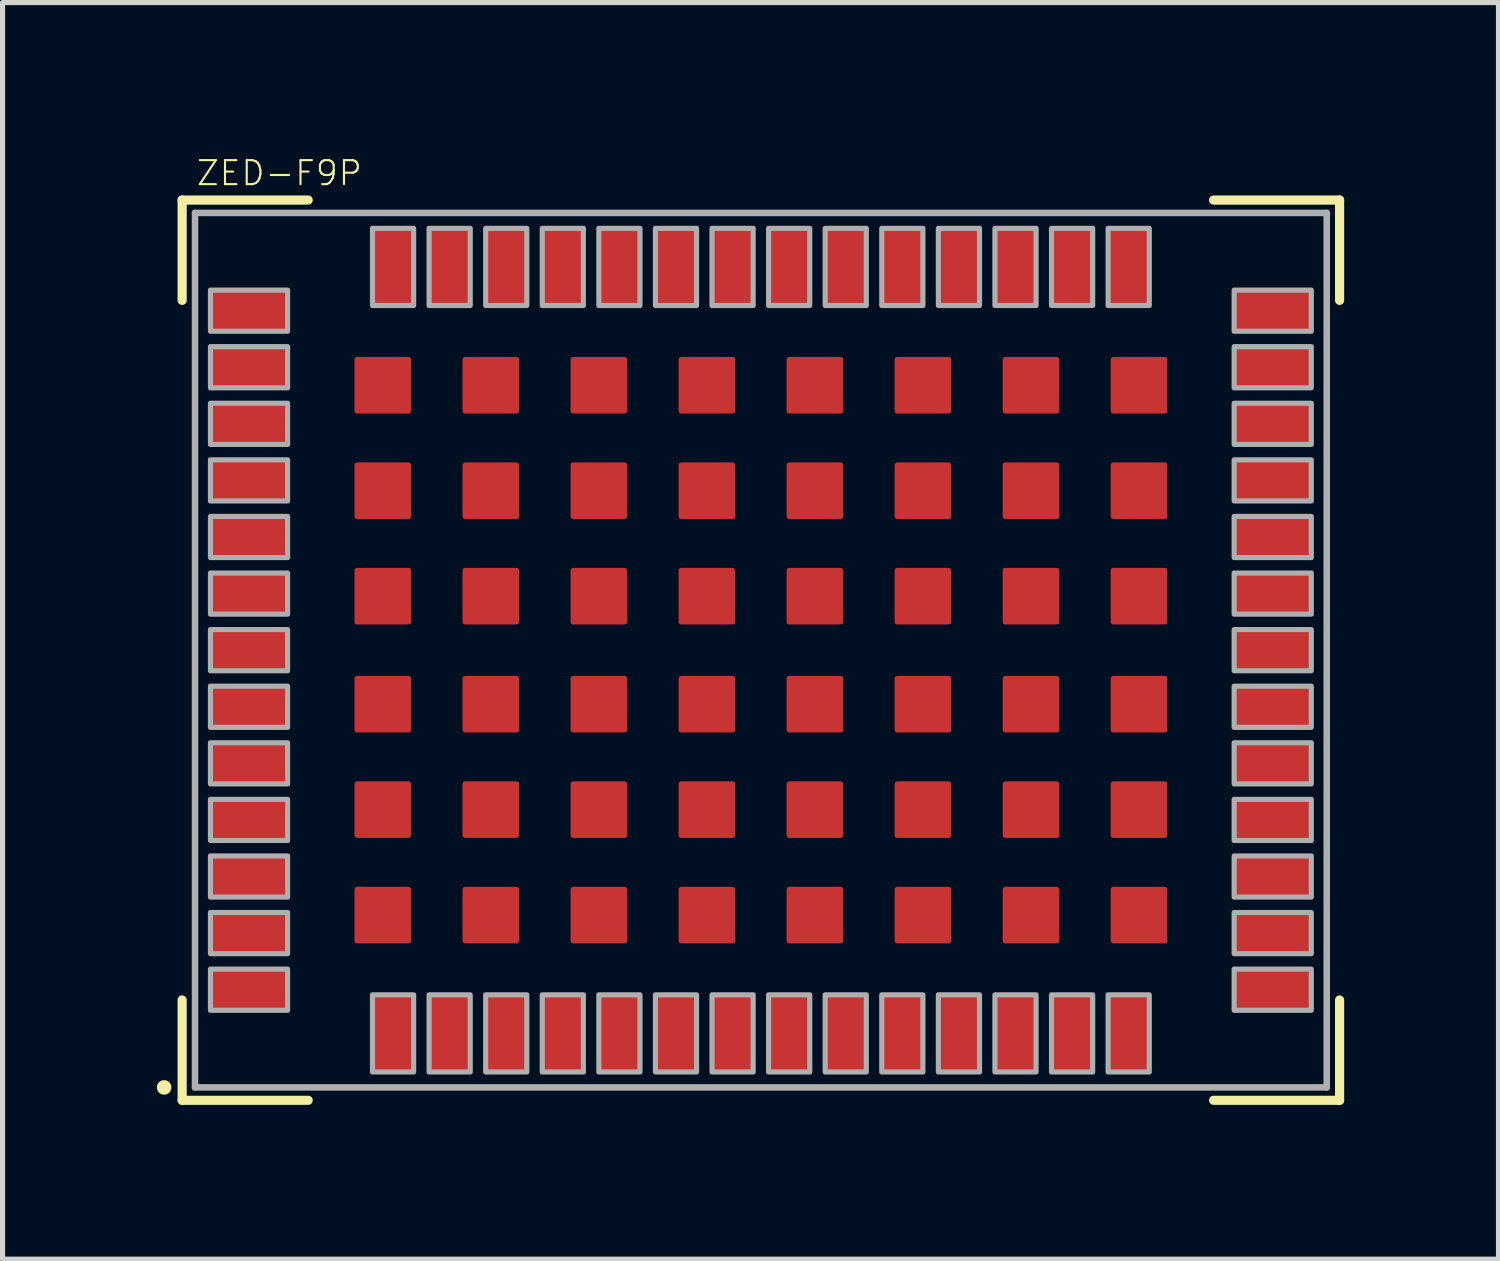
<source format=kicad_pcb>
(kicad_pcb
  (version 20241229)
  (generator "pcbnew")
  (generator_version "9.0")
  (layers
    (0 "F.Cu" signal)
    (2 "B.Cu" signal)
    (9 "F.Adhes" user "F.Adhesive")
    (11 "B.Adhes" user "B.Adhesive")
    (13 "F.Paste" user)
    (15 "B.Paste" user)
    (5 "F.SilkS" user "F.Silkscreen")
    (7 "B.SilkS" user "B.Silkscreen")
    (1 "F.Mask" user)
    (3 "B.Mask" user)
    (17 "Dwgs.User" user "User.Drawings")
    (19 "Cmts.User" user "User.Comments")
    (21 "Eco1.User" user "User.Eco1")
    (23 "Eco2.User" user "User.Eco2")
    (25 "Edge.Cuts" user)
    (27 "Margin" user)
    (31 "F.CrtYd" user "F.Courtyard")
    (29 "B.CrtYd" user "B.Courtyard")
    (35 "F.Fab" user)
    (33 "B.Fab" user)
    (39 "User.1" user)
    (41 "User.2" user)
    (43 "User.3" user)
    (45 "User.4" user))
  (footprint "ZED-F9P"
    (layer "F.Cu")
    (at 11.741 9.589)
    (property "Reference" "ZED-F9P" (at -11 -9 0) (unlocked yes) (layer "F.SilkS") (effects (font (size 0.467 0.467) (thickness 0.041)) (justify left bottom)))
    (fp_line (start -11.25 -8.75) (end -8.8 -8.75) (stroke (width 0.178) (type solid)) (layer "F.SilkS"))
    (fp_line (start -11.25 -6.8) (end -11.25 -8.75) (stroke (width 0.178) (type solid)) (layer "F.SilkS"))
    (fp_line (start -11.25 8.75) (end -11.25 6.8) (stroke (width 0.178) (type solid)) (layer "F.SilkS"))
    (fp_line (start -8.8 8.75) (end -11.25 8.75) (stroke (width 0.178) (type solid)) (layer "F.SilkS"))
    (fp_line (start 8.8 -8.75) (end 11.25 -8.75) (stroke (width 0.178) (type solid)) (layer "F.SilkS"))
    (fp_line (start 11.25 -8.75) (end 11.25 -6.8) (stroke (width 0.178) (type solid)) (layer "F.SilkS"))
    (fp_line (start 11.25 6.8) (end 11.25 8.75) (stroke (width 0.178) (type solid)) (layer "F.SilkS"))
    (fp_line (start 11.25 8.75) (end 8.8 8.75) (stroke (width 0.178) (type solid)) (layer "F.SilkS"))
    (fp_circle (center -11.6 8.5) (end -11.529 8.5) (stroke (width 0.141) (type solid)) (fill yes) (layer "F.SilkS"))
    (fp_poly (pts (xy -7.8 -4.7) (xy -6.9 -4.7) (xy -6.9 -5.6) (xy -7.8 -5.6)) (stroke (width 0) (type default)) (fill yes) (layer "F.Paste"))
    (fp_poly (pts (xy -7.8 -2.65) (xy -6.9 -2.65) (xy -6.9 -3.55) (xy -7.8 -3.55)) (stroke (width 0) (type default)) (fill yes) (layer "F.Paste"))
    (fp_poly (pts (xy -7.8 -0.6) (xy -6.9 -0.6) (xy -6.9 -1.5) (xy -7.8 -1.5)) (stroke (width 0) (type default)) (fill yes) (layer "F.Paste"))
    (fp_poly (pts (xy -7.8 1.5) (xy -6.9 1.5) (xy -6.9 0.6) (xy -7.8 0.6)) (stroke (width 0) (type default)) (fill yes) (layer "F.Paste"))
    (fp_poly (pts (xy -7.8 3.55) (xy -6.9 3.55) (xy -6.9 2.65) (xy -7.8 2.65)) (stroke (width 0) (type default)) (fill yes) (layer "F.Paste"))
    (fp_poly (pts (xy -7.8 5.6) (xy -6.9 5.6) (xy -6.9 4.7) (xy -7.8 4.7)) (stroke (width 0) (type default)) (fill yes) (layer "F.Paste"))
    (fp_poly (pts (xy -5.7 -4.7) (xy -4.8 -4.7) (xy -4.8 -5.6) (xy -5.7 -5.6)) (stroke (width 0) (type default)) (fill yes) (layer "F.Paste"))
    (fp_poly (pts (xy -5.7 -2.65) (xy -4.8 -2.65) (xy -4.8 -3.55) (xy -5.7 -3.55)) (stroke (width 0) (type default)) (fill yes) (layer "F.Paste"))
    (fp_poly (pts (xy -5.7 -0.6) (xy -4.8 -0.6) (xy -4.8 -1.5) (xy -5.7 -1.5)) (stroke (width 0) (type default)) (fill yes) (layer "F.Paste"))
    (fp_poly (pts (xy -5.7 1.5) (xy -4.8 1.5) (xy -4.8 0.6) (xy -5.7 0.6)) (stroke (width 0) (type default)) (fill yes) (layer "F.Paste"))
    (fp_poly (pts (xy -5.7 3.55) (xy -4.8 3.55) (xy -4.8 2.65) (xy -5.7 2.65)) (stroke (width 0) (type default)) (fill yes) (layer "F.Paste"))
    (fp_poly (pts (xy -5.7 5.6) (xy -4.8 5.6) (xy -4.8 4.7) (xy -5.7 4.7)) (stroke (width 0) (type default)) (fill yes) (layer "F.Paste"))
    (fp_poly (pts (xy -3.6 -4.7) (xy -2.7 -4.7) (xy -2.7 -5.6) (xy -3.6 -5.6)) (stroke (width 0) (type default)) (fill yes) (layer "F.Paste"))
    (fp_poly (pts (xy -3.6 -2.65) (xy -2.7 -2.65) (xy -2.7 -3.55) (xy -3.6 -3.55)) (stroke (width 0) (type default)) (fill yes) (layer "F.Paste"))
    (fp_poly (pts (xy -3.6 -0.6) (xy -2.7 -0.6) (xy -2.7 -1.5) (xy -3.6 -1.5)) (stroke (width 0) (type default)) (fill yes) (layer "F.Paste"))
    (fp_poly (pts (xy -3.6 1.5) (xy -2.7 1.5) (xy -2.7 0.6) (xy -3.6 0.6)) (stroke (width 0) (type default)) (fill yes) (layer "F.Paste"))
    (fp_poly (pts (xy -3.6 3.55) (xy -2.7 3.55) (xy -2.7 2.65) (xy -3.6 2.65)) (stroke (width 0) (type default)) (fill yes) (layer "F.Paste"))
    (fp_poly (pts (xy -3.6 5.6) (xy -2.7 5.6) (xy -2.7 4.7) (xy -3.6 4.7)) (stroke (width 0) (type default)) (fill yes) (layer "F.Paste"))
    (fp_poly (pts (xy -1.5 -4.7) (xy -0.6 -4.7) (xy -0.6 -5.6) (xy -1.5 -5.6)) (stroke (width 0) (type default)) (fill yes) (layer "F.Paste"))
    (fp_poly (pts (xy -1.5 -2.65) (xy -0.6 -2.65) (xy -0.6 -3.55) (xy -1.5 -3.55)) (stroke (width 0) (type default)) (fill yes) (layer "F.Paste"))
    (fp_poly (pts (xy -1.5 -0.6) (xy -0.6 -0.6) (xy -0.6 -1.5) (xy -1.5 -1.5)) (stroke (width 0) (type default)) (fill yes) (layer "F.Paste"))
    (fp_poly (pts (xy -1.5 1.5) (xy -0.6 1.5) (xy -0.6 0.6) (xy -1.5 0.6)) (stroke (width 0) (type default)) (fill yes) (layer "F.Paste"))
    (fp_poly (pts (xy -1.5 3.55) (xy -0.6 3.55) (xy -0.6 2.65) (xy -1.5 2.65)) (stroke (width 0) (type default)) (fill yes) (layer "F.Paste"))
    (fp_poly (pts (xy -1.5 5.6) (xy -0.6 5.6) (xy -0.6 4.7) (xy -1.5 4.7)) (stroke (width 0) (type default)) (fill yes) (layer "F.Paste"))
    (fp_poly (pts (xy 0.6 -4.7) (xy 1.5 -4.7) (xy 1.5 -5.6) (xy 0.6 -5.6)) (stroke (width 0) (type default)) (fill yes) (layer "F.Paste"))
    (fp_poly (pts (xy 0.6 -2.65) (xy 1.5 -2.65) (xy 1.5 -3.55) (xy 0.6 -3.55)) (stroke (width 0) (type default)) (fill yes) (layer "F.Paste"))
    (fp_poly (pts (xy 0.6 -0.6) (xy 1.5 -0.6) (xy 1.5 -1.5) (xy 0.6 -1.5)) (stroke (width 0) (type default)) (fill yes) (layer "F.Paste"))
    (fp_poly (pts (xy 0.6 1.5) (xy 1.5 1.5) (xy 1.5 0.6) (xy 0.6 0.6)) (stroke (width 0) (type default)) (fill yes) (layer "F.Paste"))
    (fp_poly (pts (xy 0.6 3.55) (xy 1.5 3.55) (xy 1.5 2.65) (xy 0.6 2.65)) (stroke (width 0) (type default)) (fill yes) (layer "F.Paste"))
    (fp_poly (pts (xy 0.6 5.6) (xy 1.5 5.6) (xy 1.5 4.7) (xy 0.6 4.7)) (stroke (width 0) (type default)) (fill yes) (layer "F.Paste"))
    (fp_poly (pts (xy 2.7 -4.7) (xy 3.6 -4.7) (xy 3.6 -5.6) (xy 2.7 -5.6)) (stroke (width 0) (type default)) (fill yes) (layer "F.Paste"))
    (fp_poly (pts (xy 2.7 -2.65) (xy 3.6 -2.65) (xy 3.6 -3.55) (xy 2.7 -3.55)) (stroke (width 0) (type default)) (fill yes) (layer "F.Paste"))
    (fp_poly (pts (xy 2.7 -0.6) (xy 3.6 -0.6) (xy 3.6 -1.5) (xy 2.7 -1.5)) (stroke (width 0) (type default)) (fill yes) (layer "F.Paste"))
    (fp_poly (pts (xy 2.7 1.5) (xy 3.6 1.5) (xy 3.6 0.6) (xy 2.7 0.6)) (stroke (width 0) (type default)) (fill yes) (layer "F.Paste"))
    (fp_poly (pts (xy 2.7 3.55) (xy 3.6 3.55) (xy 3.6 2.65) (xy 2.7 2.65)) (stroke (width 0) (type default)) (fill yes) (layer "F.Paste"))
    (fp_poly (pts (xy 2.7 5.6) (xy 3.6 5.6) (xy 3.6 4.7) (xy 2.7 4.7)) (stroke (width 0) (type default)) (fill yes) (layer "F.Paste"))
    (fp_poly (pts (xy 4.8 -4.7) (xy 5.7 -4.7) (xy 5.7 -5.6) (xy 4.8 -5.6)) (stroke (width 0) (type default)) (fill yes) (layer "F.Paste"))
    (fp_poly (pts (xy 4.8 -2.65) (xy 5.7 -2.65) (xy 5.7 -3.55) (xy 4.8 -3.55)) (stroke (width 0) (type default)) (fill yes) (layer "F.Paste"))
    (fp_poly (pts (xy 4.8 -0.6) (xy 5.7 -0.6) (xy 5.7 -1.5) (xy 4.8 -1.5)) (stroke (width 0) (type default)) (fill yes) (layer "F.Paste"))
    (fp_poly (pts (xy 4.8 1.5) (xy 5.7 1.5) (xy 5.7 0.6) (xy 4.8 0.6)) (stroke (width 0) (type default)) (fill yes) (layer "F.Paste"))
    (fp_poly (pts (xy 4.8 3.55) (xy 5.7 3.55) (xy 5.7 2.65) (xy 4.8 2.65)) (stroke (width 0) (type default)) (fill yes) (layer "F.Paste"))
    (fp_poly (pts (xy 4.8 5.6) (xy 5.7 5.6) (xy 5.7 4.7) (xy 4.8 4.7)) (stroke (width 0) (type default)) (fill yes) (layer "F.Paste"))
    (fp_poly (pts (xy 6.9 -4.7) (xy 7.8 -4.7) (xy 7.8 -5.6) (xy 6.9 -5.6)) (stroke (width 0) (type default)) (fill yes) (layer "F.Paste"))
    (fp_poly (pts (xy 6.9 -2.65) (xy 7.8 -2.65) (xy 7.8 -3.55) (xy 6.9 -3.55)) (stroke (width 0) (type default)) (fill yes) (layer "F.Paste"))
    (fp_poly (pts (xy 6.9 -0.6) (xy 7.8 -0.6) (xy 7.8 -1.5) (xy 6.9 -1.5)) (stroke (width 0) (type default)) (fill yes) (layer "F.Paste"))
    (fp_poly (pts (xy 6.9 1.5) (xy 7.8 1.5) (xy 7.8 0.6) (xy 6.9 0.6)) (stroke (width 0) (type default)) (fill yes) (layer "F.Paste"))
    (fp_poly (pts (xy 6.9 3.55) (xy 7.8 3.55) (xy 7.8 2.65) (xy 6.9 2.65)) (stroke (width 0) (type default)) (fill yes) (layer "F.Paste"))
    (fp_poly (pts (xy 6.9 5.6) (xy 7.8 5.6) (xy 7.8 4.7) (xy 6.9 4.7)) (stroke (width 0) (type default)) (fill yes) (layer "F.Paste"))
    (fp_line (start -11 -8.5) (end 11 -8.5) (stroke (width 0.127) (type solid)) (layer "F.Fab"))
    (fp_line (start -11 8.5) (end -11 -8.5) (stroke (width 0.127) (type solid)) (layer "F.Fab"))
    (fp_line (start 11 -8.5) (end 11 8.5) (stroke (width 0.127) (type solid)) (layer "F.Fab"))
    (fp_line (start 11 8.5) (end -11 8.5) (stroke (width 0.127) (type solid)) (layer "F.Fab"))
    (fp_poly (pts (xy -10.7 -6.2) (xy -9.2 -6.2) (xy -9.2 -7) (xy -10.7 -7)) (stroke (width 0.1) (type default)) (fill no) (layer "F.Fab"))
    (fp_poly (pts (xy -10.7 -5.1) (xy -9.2 -5.1) (xy -9.2 -5.9) (xy -10.7 -5.9)) (stroke (width 0.1) (type default)) (fill no) (layer "F.Fab"))
    (fp_poly (pts (xy -10.7 -4) (xy -9.2 -4) (xy -9.2 -4.8) (xy -10.7 -4.8)) (stroke (width 0.1) (type default)) (fill no) (layer "F.Fab"))
    (fp_poly (pts (xy -10.7 -2.9) (xy -9.2 -2.9) (xy -9.2 -3.7) (xy -10.7 -3.7)) (stroke (width 0.1) (type default)) (fill no) (layer "F.Fab"))
    (fp_poly (pts (xy -10.7 -1.8) (xy -9.2 -1.8) (xy -9.2 -2.6) (xy -10.7 -2.6)) (stroke (width 0.1) (type default)) (fill no) (layer "F.Fab"))
    (fp_poly (pts (xy -10.7 -0.7) (xy -9.2 -0.7) (xy -9.2 -1.5) (xy -10.7 -1.5)) (stroke (width 0.1) (type default)) (fill no) (layer "F.Fab"))
    (fp_poly (pts (xy -10.7 0.4) (xy -9.2 0.4) (xy -9.2 -0.4) (xy -10.7 -0.4)) (stroke (width 0.1) (type default)) (fill no) (layer "F.Fab"))
    (fp_poly (pts (xy -10.7 1.5) (xy -9.2 1.5) (xy -9.2 0.7) (xy -10.7 0.7)) (stroke (width 0.1) (type default)) (fill no) (layer "F.Fab"))
    (fp_poly (pts (xy -10.7 2.6) (xy -9.2 2.6) (xy -9.2 1.8) (xy -10.7 1.8)) (stroke (width 0.1) (type default)) (fill no) (layer "F.Fab"))
    (fp_poly (pts (xy -10.7 3.7) (xy -9.2 3.7) (xy -9.2 2.9) (xy -10.7 2.9)) (stroke (width 0.1) (type default)) (fill no) (layer "F.Fab"))
    (fp_poly (pts (xy -10.7 4.8) (xy -9.2 4.8) (xy -9.2 4) (xy -10.7 4)) (stroke (width 0.1) (type default)) (fill no) (layer "F.Fab"))
    (fp_poly (pts (xy -10.7 5.9) (xy -9.2 5.9) (xy -9.2 5.1) (xy -10.7 5.1)) (stroke (width 0.1) (type default)) (fill no) (layer "F.Fab"))
    (fp_poly (pts (xy -10.7 7) (xy -9.2 7) (xy -9.2 6.2) (xy -10.7 6.2)) (stroke (width 0.1) (type default)) (fill no) (layer "F.Fab"))
    (fp_poly (pts (xy -7.55 -6.7) (xy -6.75 -6.7) (xy -6.75 -8.2) (xy -7.55 -8.2)) (stroke (width 0.1) (type default)) (fill no) (layer "F.Fab"))
    (fp_poly (pts (xy -7.55 8.2) (xy -6.75 8.2) (xy -6.75 6.7) (xy -7.55 6.7)) (stroke (width 0.1) (type default)) (fill no) (layer "F.Fab"))
    (fp_poly (pts (xy -6.45 -6.7) (xy -5.65 -6.7) (xy -5.65 -8.2) (xy -6.45 -8.2)) (stroke (width 0.1) (type default)) (fill no) (layer "F.Fab"))
    (fp_poly (pts (xy -6.45 8.2) (xy -5.65 8.2) (xy -5.65 6.7) (xy -6.45 6.7)) (stroke (width 0.1) (type default)) (fill no) (layer "F.Fab"))
    (fp_poly (pts (xy -5.35 -6.7) (xy -4.55 -6.7) (xy -4.55 -8.2) (xy -5.35 -8.2)) (stroke (width 0.1) (type default)) (fill no) (layer "F.Fab"))
    (fp_poly (pts (xy -5.35 8.2) (xy -4.55 8.2) (xy -4.55 6.7) (xy -5.35 6.7)) (stroke (width 0.1) (type default)) (fill no) (layer "F.Fab"))
    (fp_poly (pts (xy -4.25 -6.7) (xy -3.45 -6.7) (xy -3.45 -8.2) (xy -4.25 -8.2)) (stroke (width 0.1) (type default)) (fill no) (layer "F.Fab"))
    (fp_poly (pts (xy -4.25 8.2) (xy -3.45 8.2) (xy -3.45 6.7) (xy -4.25 6.7)) (stroke (width 0.1) (type default)) (fill no) (layer "F.Fab"))
    (fp_poly (pts (xy -3.15 -6.7) (xy -2.35 -6.7) (xy -2.35 -8.2) (xy -3.15 -8.2)) (stroke (width 0.1) (type default)) (fill no) (layer "F.Fab"))
    (fp_poly (pts (xy -3.15 8.2) (xy -2.35 8.2) (xy -2.35 6.7) (xy -3.15 6.7)) (stroke (width 0.1) (type default)) (fill no) (layer "F.Fab"))
    (fp_poly (pts (xy -2.05 -6.7) (xy -1.25 -6.7) (xy -1.25 -8.2) (xy -2.05 -8.2)) (stroke (width 0.1) (type default)) (fill no) (layer "F.Fab"))
    (fp_poly (pts (xy -2.05 8.2) (xy -1.25 8.2) (xy -1.25 6.7) (xy -2.05 6.7)) (stroke (width 0.1) (type default)) (fill no) (layer "F.Fab"))
    (fp_poly (pts (xy -0.95 -6.7) (xy -0.15 -6.7) (xy -0.15 -8.2) (xy -0.95 -8.2)) (stroke (width 0.1) (type default)) (fill no) (layer "F.Fab"))
    (fp_poly (pts (xy -0.95 8.2) (xy -0.15 8.2) (xy -0.15 6.7) (xy -0.95 6.7)) (stroke (width 0.1) (type default)) (fill no) (layer "F.Fab"))
    (fp_poly (pts (xy 0.15 -6.7) (xy 0.95 -6.7) (xy 0.95 -8.2) (xy 0.15 -8.2)) (stroke (width 0.1) (type default)) (fill no) (layer "F.Fab"))
    (fp_poly (pts (xy 0.15 8.2) (xy 0.95 8.2) (xy 0.95 6.7) (xy 0.15 6.7)) (stroke (width 0.1) (type default)) (fill no) (layer "F.Fab"))
    (fp_poly (pts (xy 1.25 -6.7) (xy 2.05 -6.7) (xy 2.05 -8.2) (xy 1.25 -8.2)) (stroke (width 0.1) (type default)) (fill no) (layer "F.Fab"))
    (fp_poly (pts (xy 1.25 8.2) (xy 2.05 8.2) (xy 2.05 6.7) (xy 1.25 6.7)) (stroke (width 0.1) (type default)) (fill no) (layer "F.Fab"))
    (fp_poly (pts (xy 2.35 -6.7) (xy 3.15 -6.7) (xy 3.15 -8.2) (xy 2.35 -8.2)) (stroke (width 0.1) (type default)) (fill no) (layer "F.Fab"))
    (fp_poly (pts (xy 2.35 8.2) (xy 3.15 8.2) (xy 3.15 6.7) (xy 2.35 6.7)) (stroke (width 0.1) (type default)) (fill no) (layer "F.Fab"))
    (fp_poly (pts (xy 3.45 -6.7) (xy 4.25 -6.7) (xy 4.25 -8.2) (xy 3.45 -8.2)) (stroke (width 0.1) (type default)) (fill no) (layer "F.Fab"))
    (fp_poly (pts (xy 3.45 8.2) (xy 4.25 8.2) (xy 4.25 6.7) (xy 3.45 6.7)) (stroke (width 0.1) (type default)) (fill no) (layer "F.Fab"))
    (fp_poly (pts (xy 4.55 -6.7) (xy 5.35 -6.7) (xy 5.35 -8.2) (xy 4.55 -8.2)) (stroke (width 0.1) (type default)) (fill no) (layer "F.Fab"))
    (fp_poly (pts (xy 4.55 8.2) (xy 5.35 8.2) (xy 5.35 6.7) (xy 4.55 6.7)) (stroke (width 0.1) (type default)) (fill no) (layer "F.Fab"))
    (fp_poly (pts (xy 5.65 -6.7) (xy 6.45 -6.7) (xy 6.45 -8.2) (xy 5.65 -8.2)) (stroke (width 0.1) (type default)) (fill no) (layer "F.Fab"))
    (fp_poly (pts (xy 5.65 8.2) (xy 6.45 8.2) (xy 6.45 6.7) (xy 5.65 6.7)) (stroke (width 0.1) (type default)) (fill no) (layer "F.Fab"))
    (fp_poly (pts (xy 6.75 -6.7) (xy 7.55 -6.7) (xy 7.55 -8.2) (xy 6.75 -8.2)) (stroke (width 0.1) (type default)) (fill no) (layer "F.Fab"))
    (fp_poly (pts (xy 6.75 8.2) (xy 7.55 8.2) (xy 7.55 6.7) (xy 6.75 6.7)) (stroke (width 0.1) (type default)) (fill no) (layer "F.Fab"))
    (fp_poly (pts (xy 9.2 -6.2) (xy 10.7 -6.2) (xy 10.7 -7) (xy 9.2 -7)) (stroke (width 0.1) (type default)) (fill no) (layer "F.Fab"))
    (fp_poly (pts (xy 9.2 -5.1) (xy 10.7 -5.1) (xy 10.7 -5.9) (xy 9.2 -5.9)) (stroke (width 0.1) (type default)) (fill no) (layer "F.Fab"))
    (fp_poly (pts (xy 9.2 -4) (xy 10.7 -4) (xy 10.7 -4.8) (xy 9.2 -4.8)) (stroke (width 0.1) (type default)) (fill no) (layer "F.Fab"))
    (fp_poly (pts (xy 9.2 -2.9) (xy 10.7 -2.9) (xy 10.7 -3.7) (xy 9.2 -3.7)) (stroke (width 0.1) (type default)) (fill no) (layer "F.Fab"))
    (fp_poly (pts (xy 9.2 -1.8) (xy 10.7 -1.8) (xy 10.7 -2.6) (xy 9.2 -2.6)) (stroke (width 0.1) (type default)) (fill no) (layer "F.Fab"))
    (fp_poly (pts (xy 9.2 -0.7) (xy 10.7 -0.7) (xy 10.7 -1.5) (xy 9.2 -1.5)) (stroke (width 0.1) (type default)) (fill no) (layer "F.Fab"))
    (fp_poly (pts (xy 9.2 0.4) (xy 10.7 0.4) (xy 10.7 -0.4) (xy 9.2 -0.4)) (stroke (width 0.1) (type default)) (fill no) (layer "F.Fab"))
    (fp_poly (pts (xy 9.2 1.5) (xy 10.7 1.5) (xy 10.7 0.7) (xy 9.2 0.7)) (stroke (width 0.1) (type default)) (fill no) (layer "F.Fab"))
    (fp_poly (pts (xy 9.2 2.6) (xy 10.7 2.6) (xy 10.7 1.8) (xy 9.2 1.8)) (stroke (width 0.1) (type default)) (fill no) (layer "F.Fab"))
    (fp_poly (pts (xy 9.2 3.7) (xy 10.7 3.7) (xy 10.7 2.9) (xy 9.2 2.9)) (stroke (width 0.1) (type default)) (fill no) (layer "F.Fab"))
    (fp_poly (pts (xy 9.2 4.8) (xy 10.7 4.8) (xy 10.7 4) (xy 9.2 4)) (stroke (width 0.1) (type default)) (fill no) (layer "F.Fab"))
    (fp_poly (pts (xy 9.2 5.9) (xy 10.7 5.9) (xy 10.7 5.1) (xy 9.2 5.1)) (stroke (width 0.1) (type default)) (fill no) (layer "F.Fab"))
    (fp_poly (pts (xy 9.2 7) (xy 10.7 7) (xy 10.7 6.2) (xy 9.2 6.2)) (stroke (width 0.1) (type default)) (fill no) (layer "F.Fab"))
    (pad "1" smd roundrect (at -7.15 7.45 90) (size 1.52 0.85) (layers "F.Cu" "F.Mask" "F.Paste") (roundrect_rratio 0.06))
    (pad "2" smd roundrect (at -6.05 7.45 90) (size 1.52 0.85) (layers "F.Cu" "F.Mask" "F.Paste") (roundrect_rratio 0.06))
    (pad "3" smd roundrect (at -4.95 7.45 90) (size 1.52 0.85) (layers "F.Cu" "F.Mask" "F.Paste") (roundrect_rratio 0.06))
    (pad "4" smd roundrect (at -3.85 7.45 90) (size 1.52 0.85) (layers "F.Cu" "F.Mask" "F.Paste") (roundrect_rratio 0.06))
    (pad "5" smd roundrect (at -2.75 7.45 90) (size 1.52 0.85) (layers "F.Cu" "F.Mask" "F.Paste") (roundrect_rratio 0.06))
    (pad "6" smd roundrect (at -1.65 7.45 90) (size 1.52 0.85) (layers "F.Cu" "F.Mask" "F.Paste") (roundrect_rratio 0.06))
    (pad "7" smd roundrect (at -0.55 7.45 90) (size 1.52 0.85) (layers "F.Cu" "F.Mask" "F.Paste") (roundrect_rratio 0.06))
    (pad "8" smd roundrect (at 0.55 7.45 90) (size 1.52 0.85) (layers "F.Cu" "F.Mask" "F.Paste") (roundrect_rratio 0.06))
    (pad "9" smd roundrect (at 1.65 7.45 90) (size 1.52 0.85) (layers "F.Cu" "F.Mask" "F.Paste") (roundrect_rratio 0.06))
    (pad "10" smd roundrect (at 2.75 7.45 90) (size 1.52 0.85) (layers "F.Cu" "F.Mask" "F.Paste") (roundrect_rratio 0.06))
    (pad "11" smd roundrect (at 3.85 7.45 90) (size 1.52 0.85) (layers "F.Cu" "F.Mask" "F.Paste") (roundrect_rratio 0.06))
    (pad "12" smd roundrect (at 4.95 7.45 90) (size 1.52 0.85) (layers "F.Cu" "F.Mask" "F.Paste") (roundrect_rratio 0.06))
    (pad "13" smd roundrect (at 6.05 7.45 90) (size 1.52 0.85) (layers "F.Cu" "F.Mask" "F.Paste") (roundrect_rratio 0.06))
    (pad "14" smd roundrect (at 7.15 7.45 90) (size 1.52 0.85) (layers "F.Cu" "F.Mask" "F.Paste") (roundrect_rratio 0.06))
    (pad "15" smd roundrect (at 9.95 6.6) (size 1.52 0.85) (layers "F.Cu" "F.Mask" "F.Paste") (roundrect_rratio 0.06))
    (pad "16" smd roundrect (at 9.95 5.5) (size 1.52 0.85) (layers "F.Cu" "F.Mask" "F.Paste") (roundrect_rratio 0.06))
    (pad "17" smd roundrect (at 9.95 4.4) (size 1.52 0.85) (layers "F.Cu" "F.Mask" "F.Paste") (roundrect_rratio 0.06))
    (pad "18" smd roundrect (at 9.95 3.3) (size 1.52 0.85) (layers "F.Cu" "F.Mask" "F.Paste") (roundrect_rratio 0.06))
    (pad "19" smd roundrect (at 9.95 2.2) (size 1.52 0.85) (layers "F.Cu" "F.Mask" "F.Paste") (roundrect_rratio 0.06))
    (pad "20" smd roundrect (at 9.95 1.1) (size 1.52 0.85) (layers "F.Cu" "F.Mask" "F.Paste") (roundrect_rratio 0.06))
    (pad "21" smd roundrect (at 9.95 0) (size 1.52 0.85) (layers "F.Cu" "F.Mask" "F.Paste") (roundrect_rratio 0.06))
    (pad "22" smd roundrect (at 9.95 -1.1) (size 1.52 0.85) (layers "F.Cu" "F.Mask" "F.Paste") (roundrect_rratio 0.06))
    (pad "23" smd roundrect (at 9.95 -2.2) (size 1.52 0.85) (layers "F.Cu" "F.Mask" "F.Paste") (roundrect_rratio 0.06))
    (pad "24" smd roundrect (at 9.95 -3.3) (size 1.52 0.85) (layers "F.Cu" "F.Mask" "F.Paste") (roundrect_rratio 0.06))
    (pad "25" smd roundrect (at 9.95 -4.4) (size 1.52 0.85) (layers "F.Cu" "F.Mask" "F.Paste") (roundrect_rratio 0.06))
    (pad "26" smd roundrect (at 9.95 -5.5) (size 1.52 0.85) (layers "F.Cu" "F.Mask" "F.Paste") (roundrect_rratio 0.06))
    (pad "27" smd roundrect (at 9.95 -6.6) (size 1.52 0.85) (layers "F.Cu" "F.Mask" "F.Paste") (roundrect_rratio 0.06))
    (pad "28" smd roundrect (at 7.15 -7.45 270) (size 1.52 0.85) (layers "F.Cu" "F.Mask" "F.Paste") (roundrect_rratio 0.06))
    (pad "29" smd roundrect (at 6.05 -7.45 270) (size 1.52 0.85) (layers "F.Cu" "F.Mask" "F.Paste") (roundrect_rratio 0.06))
    (pad "30" smd roundrect (at 4.95 -7.45 270) (size 1.52 0.85) (layers "F.Cu" "F.Mask" "F.Paste") (roundrect_rratio 0.06))
    (pad "31" smd roundrect (at 3.85 -7.45 270) (size 1.52 0.85) (layers "F.Cu" "F.Mask" "F.Paste") (roundrect_rratio 0.06))
    (pad "32" smd roundrect (at 2.75 -7.45 270) (size 1.52 0.85) (layers "F.Cu" "F.Mask" "F.Paste") (roundrect_rratio 0.06))
    (pad "33" smd roundrect (at 1.65 -7.45 270) (size 1.52 0.85) (layers "F.Cu" "F.Mask" "F.Paste") (roundrect_rratio 0.06))
    (pad "34" smd roundrect (at 0.55 -7.45 270) (size 1.52 0.85) (layers "F.Cu" "F.Mask" "F.Paste") (roundrect_rratio 0.06))
    (pad "35" smd roundrect (at -0.55 -7.45 270) (size 1.52 0.85) (layers "F.Cu" "F.Mask" "F.Paste") (roundrect_rratio 0.06))
    (pad "36" smd roundrect (at -1.65 -7.45 270) (size 1.52 0.85) (layers "F.Cu" "F.Mask" "F.Paste") (roundrect_rratio 0.06))
    (pad "37" smd roundrect (at -2.75 -7.45 270) (size 1.52 0.85) (layers "F.Cu" "F.Mask" "F.Paste") (roundrect_rratio 0.06))
    (pad "38" smd roundrect (at -3.85 -7.45 270) (size 1.52 0.85) (layers "F.Cu" "F.Mask" "F.Paste") (roundrect_rratio 0.06))
    (pad "39" smd roundrect (at -4.95 -7.45 270) (size 1.52 0.85) (layers "F.Cu" "F.Mask" "F.Paste") (roundrect_rratio 0.06))
    (pad "40" smd roundrect (at -6.05 -7.45 270) (size 1.52 0.85) (layers "F.Cu" "F.Mask" "F.Paste") (roundrect_rratio 0.06))
    (pad "41" smd roundrect (at -7.15 -7.45 270) (size 1.52 0.85) (layers "F.Cu" "F.Mask" "F.Paste") (roundrect_rratio 0.06))
    (pad "42" smd roundrect (at -9.95 -6.6 180) (size 1.52 0.85) (layers "F.Cu" "F.Mask" "F.Paste") (roundrect_rratio 0.06))
    (pad "43" smd roundrect (at -9.95 -5.5 180) (size 1.52 0.85) (layers "F.Cu" "F.Mask" "F.Paste") (roundrect_rratio 0.06))
    (pad "44" smd roundrect (at -9.95 -4.4 180) (size 1.52 0.85) (layers "F.Cu" "F.Mask" "F.Paste") (roundrect_rratio 0.06))
    (pad "45" smd roundrect (at -9.95 -3.3 180) (size 1.52 0.85) (layers "F.Cu" "F.Mask" "F.Paste") (roundrect_rratio 0.06))
    (pad "46" smd roundrect (at -9.95 -2.2 180) (size 1.52 0.85) (layers "F.Cu" "F.Mask" "F.Paste") (roundrect_rratio 0.06))
    (pad "47" smd roundrect (at -9.95 -1.1 180) (size 1.52 0.85) (layers "F.Cu" "F.Mask" "F.Paste") (roundrect_rratio 0.06))
    (pad "48" smd roundrect (at -9.95 0 180) (size 1.52 0.85) (layers "F.Cu" "F.Mask" "F.Paste") (roundrect_rratio 0.06))
    (pad "49" smd roundrect (at -9.95 1.1 180) (size 1.52 0.85) (layers "F.Cu" "F.Mask" "F.Paste") (roundrect_rratio 0.06))
    (pad "50" smd roundrect (at -9.95 2.2 180) (size 1.52 0.85) (layers "F.Cu" "F.Mask" "F.Paste") (roundrect_rratio 0.06))
    (pad "51" smd roundrect (at -9.95 3.3 180) (size 1.52 0.85) (layers "F.Cu" "F.Mask" "F.Paste") (roundrect_rratio 0.06))
    (pad "52" smd roundrect (at -9.95 4.4 180) (size 1.52 0.85) (layers "F.Cu" "F.Mask" "F.Paste") (roundrect_rratio 0.06))
    (pad "53" smd roundrect (at -9.95 5.5 180) (size 1.52 0.85) (layers "F.Cu" "F.Mask" "F.Paste") (roundrect_rratio 0.06))
    (pad "54" smd roundrect (at -9.95 6.6 180) (size 1.52 0.85) (layers "F.Cu" "F.Mask" "F.Paste") (roundrect_rratio 0.06))
    (pad "55" smd roundrect (at -1.05 1.05) (size 1.1 1.1) (layers "F.Cu" "F.Mask") (roundrect_rratio 0.046))
    (pad "56" smd roundrect (at -3.15 1.05) (size 1.1 1.1) (layers "F.Cu" "F.Mask") (roundrect_rratio 0.046))
    (pad "57" smd roundrect (at -5.25 1.05) (size 1.1 1.1) (layers "F.Cu" "F.Mask") (roundrect_rratio 0.046))
    (pad "58" smd roundrect (at -7.35 1.05) (size 1.1 1.1) (layers "F.Cu" "F.Mask") (roundrect_rratio 0.046))
    (pad "59" smd roundrect (at -1.05 3.1) (size 1.1 1.1) (layers "F.Cu" "F.Mask") (roundrect_rratio 0.046))
    (pad "60" smd roundrect (at -3.15 3.1) (size 1.1 1.1) (layers "F.Cu" "F.Mask") (roundrect_rratio 0.046))
    (pad "61" smd roundrect (at -5.25 3.1) (size 1.1 1.1) (layers "F.Cu" "F.Mask") (roundrect_rratio 0.046))
    (pad "62" smd roundrect (at -7.35 3.1) (size 1.1 1.1) (layers "F.Cu" "F.Mask") (roundrect_rratio 0.046))
    (pad "63" smd roundrect (at -1.05 5.15) (size 1.1 1.1) (layers "F.Cu" "F.Mask") (roundrect_rratio 0.046))
    (pad "64" smd roundrect (at -3.15 5.15) (size 1.1 1.1) (layers "F.Cu" "F.Mask") (roundrect_rratio 0.046))
    (pad "65" smd roundrect (at -5.25 5.15) (size 1.1 1.1) (layers "F.Cu" "F.Mask") (roundrect_rratio 0.046))
    (pad "66" smd roundrect (at -7.35 5.15) (size 1.1 1.1) (layers "F.Cu" "F.Mask") (roundrect_rratio 0.046))
    (pad "67" smd roundrect (at -1.05 -5.15) (size 1.1 1.1) (layers "F.Cu" "F.Mask") (roundrect_rratio 0.046))
    (pad "68" smd roundrect (at -3.15 -5.15) (size 1.1 1.1) (layers "F.Cu" "F.Mask") (roundrect_rratio 0.046))
    (pad "69" smd roundrect (at -5.25 -5.15) (size 1.1 1.1) (layers "F.Cu" "F.Mask") (roundrect_rratio 0.046))
    (pad "70" smd roundrect (at -7.35 -5.15) (size 1.1 1.1) (layers "F.Cu" "F.Mask") (roundrect_rratio 0.046))
    (pad "71" smd roundrect (at -1.05 -3.1) (size 1.1 1.1) (layers "F.Cu" "F.Mask") (roundrect_rratio 0.046))
    (pad "72" smd roundrect (at -3.15 -3.1) (size 1.1 1.1) (layers "F.Cu" "F.Mask") (roundrect_rratio 0.046))
    (pad "73" smd roundrect (at -5.25 -3.1) (size 1.1 1.1) (layers "F.Cu" "F.Mask") (roundrect_rratio 0.046))
    (pad "74" smd roundrect (at -7.35 -3.1) (size 1.1 1.1) (layers "F.Cu" "F.Mask") (roundrect_rratio 0.046))
    (pad "75" smd roundrect (at -1.05 -1.05) (size 1.1 1.1) (layers "F.Cu" "F.Mask") (roundrect_rratio 0.046))
    (pad "76" smd roundrect (at -3.15 -1.05) (size 1.1 1.1) (layers "F.Cu" "F.Mask") (roundrect_rratio 0.046))
    (pad "77" smd roundrect (at -5.25 -1.05) (size 1.1 1.1) (layers "F.Cu" "F.Mask") (roundrect_rratio 0.046))
    (pad "78" smd roundrect (at -7.35 -1.05) (size 1.1 1.1) (layers "F.Cu" "F.Mask") (roundrect_rratio 0.046))
    (pad "79" smd roundrect (at 1.05 -1.05 180) (size 1.1 1.1) (layers "F.Cu" "F.Mask") (roundrect_rratio 0.046))
    (pad "80" smd roundrect (at 3.15 -1.05 180) (size 1.1 1.1) (layers "F.Cu" "F.Mask") (roundrect_rratio 0.046))
    (pad "81" smd roundrect (at 5.25 -1.05 180) (size 1.1 1.1) (layers "F.Cu" "F.Mask") (roundrect_rratio 0.046))
    (pad "82" smd roundrect (at 7.35 -1.05 180) (size 1.1 1.1) (layers "F.Cu" "F.Mask") (roundrect_rratio 0.046))
    (pad "83" smd roundrect (at 1.05 -3.1 180) (size 1.1 1.1) (layers "F.Cu" "F.Mask") (roundrect_rratio 0.046))
    (pad "84" smd roundrect (at 3.15 -3.1 180) (size 1.1 1.1) (layers "F.Cu" "F.Mask") (roundrect_rratio 0.046))
    (pad "85" smd roundrect (at 5.25 -3.1 180) (size 1.1 1.1) (layers "F.Cu" "F.Mask") (roundrect_rratio 0.046))
    (pad "86" smd roundrect (at 7.35 -3.1 180) (size 1.1 1.1) (layers "F.Cu" "F.Mask") (roundrect_rratio 0.046))
    (pad "87" smd roundrect (at 1.05 -5.15 180) (size 1.1 1.1) (layers "F.Cu" "F.Mask") (roundrect_rratio 0.046))
    (pad "88" smd roundrect (at 3.15 -5.15 180) (size 1.1 1.1) (layers "F.Cu" "F.Mask") (roundrect_rratio 0.046))
    (pad "89" smd roundrect (at 5.25 -5.15 180) (size 1.1 1.1) (layers "F.Cu" "F.Mask") (roundrect_rratio 0.046))
    (pad "90" smd roundrect (at 7.35 -5.15 180) (size 1.1 1.1) (layers "F.Cu" "F.Mask") (roundrect_rratio 0.046))
    (pad "91" smd roundrect (at 1.05 5.15 180) (size 1.1 1.1) (layers "F.Cu" "F.Mask") (roundrect_rratio 0.046))
    (pad "92" smd roundrect (at 3.15 5.15 180) (size 1.1 1.1) (layers "F.Cu" "F.Mask") (roundrect_rratio 0.046))
    (pad "93" smd roundrect (at 5.25 5.15 180) (size 1.1 1.1) (layers "F.Cu" "F.Mask") (roundrect_rratio 0.046))
    (pad "94" smd roundrect (at 7.35 5.15 180) (size 1.1 1.1) (layers "F.Cu" "F.Mask") (roundrect_rratio 0.046))
    (pad "95" smd roundrect (at 1.05 3.1 180) (size 1.1 1.1) (layers "F.Cu" "F.Mask") (roundrect_rratio 0.046))
    (pad "96" smd roundrect (at 3.15 3.1 180) (size 1.1 1.1) (layers "F.Cu" "F.Mask") (roundrect_rratio 0.046))
    (pad "97" smd roundrect (at 5.25 3.1 180) (size 1.1 1.1) (layers "F.Cu" "F.Mask") (roundrect_rratio 0.046))
    (pad "98" smd roundrect (at 7.35 3.1 180) (size 1.1 1.1) (layers "F.Cu" "F.Mask") (roundrect_rratio 0.046))
    (pad "99" smd roundrect (at 1.05 1.05 180) (size 1.1 1.1) (layers "F.Cu" "F.Mask") (roundrect_rratio 0.046))
    (pad "100" smd roundrect (at 3.15 1.05 180) (size 1.1 1.1) (layers "F.Cu" "F.Mask") (roundrect_rratio 0.046))
    (pad "101" smd roundrect (at 5.25 1.05 180) (size 1.1 1.1) (layers "F.Cu" "F.Mask") (roundrect_rratio 0.046))
    (pad "102" smd roundrect (at 7.35 1.05 180) (size 1.1 1.1) (layers "F.Cu" "F.Mask") (roundrect_rratio 0.046)))
  (gr_rect
    (start -3 -3)
    (end 26.08 21.428)
    (stroke (width 0.1) (type default))
    (fill no)
    (layer "Edge.Cuts")))
</source>
